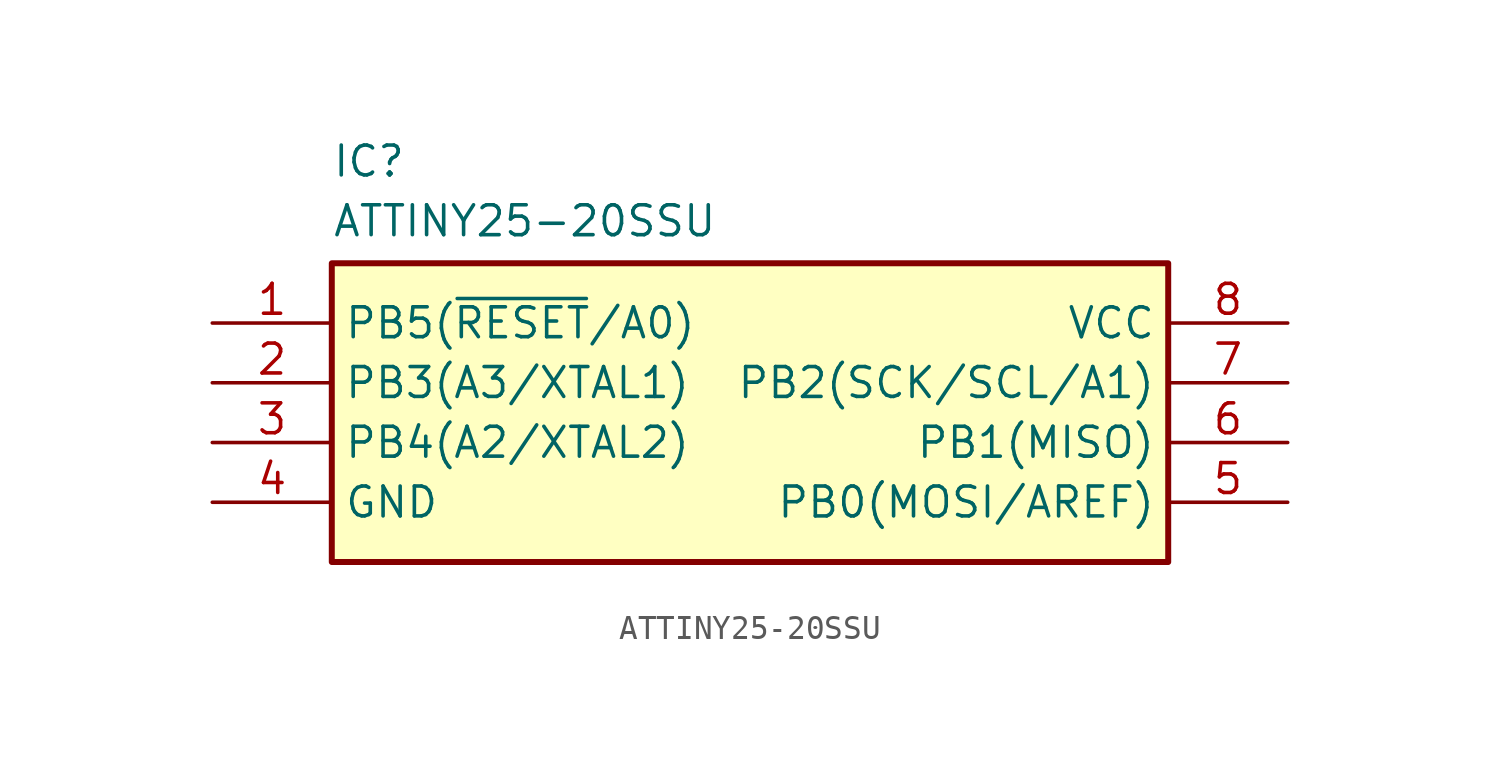
<source format=kicad_sym>
(kicad_symbol_lib
  (version 20220914)
  (generator kicad_symbol_editor)
  (symbol "ATTINY25-20SSU"
    (property "Reference" "IC"
      (at 5.08 7.62 0)
      (effects (font (size 1.27 1.27)) (justify left top)))
    (property "Value" "ATTINY25-20SSU"
      (at 5.08 5.08 0)
      (effects (font (size 1.27 1.27)) (justify left top)))
    (symbol "ATTINY25-20SSU_1_1"
      (rectangle (start 5.08 2.54) (end 40.64 -10.16) (stroke (width 0.254) (type default)) (fill (type background)))
      (pin passive line (at 0 0 0) (length 5.08) (name "PB5(~{RESET}/A0)" (effects (font (size 1.27 1.27)))) (number "1" (effects (font (size 1.27 1.27)))))
      (pin passive line (at 0 -2.54 0) (length 5.08) (name "PB3(A3/XTAL1)" (effects (font (size 1.27 1.27)))) (number "2" (effects (font (size 1.27 1.27)))))
      (pin passive line (at 0 -5.08 0) (length 5.08) (name "PB4(A2/XTAL2)" (effects (font (size 1.27 1.27)))) (number "3" (effects (font (size 1.27 1.27)))))
      (pin passive line (at 0 -7.62 0) (length 5.08) (name "GND" (effects (font (size 1.27 1.27)))) (number "4" (effects (font (size 1.27 1.27)))))
      (pin passive line (at 45.72 -7.62 180) (length 5.08) (name "PB0(MOSI/AREF)" (effects (font (size 1.27 1.27)))) (number "5" (effects (font (size 1.27 1.27)))))
      (pin passive line (at 45.72 -5.08 180) (length 5.08) (name "PB1(MISO)" (effects (font (size 1.27 1.27)))) (number "6" (effects (font (size 1.27 1.27)))))
      (pin passive line (at 45.72 -2.54 180) (length 5.08) (name "PB2(SCK/SCL/A1)" (effects (font (size 1.27 1.27)))) (number "7" (effects (font (size 1.27 1.27)))))
      (pin passive line (at 45.72 0 180) (length 5.08) (name "VCC" (effects (font (size 1.27 1.27)))) (number "8" (effects (font (size 1.27 1.27))))))))
</source>
